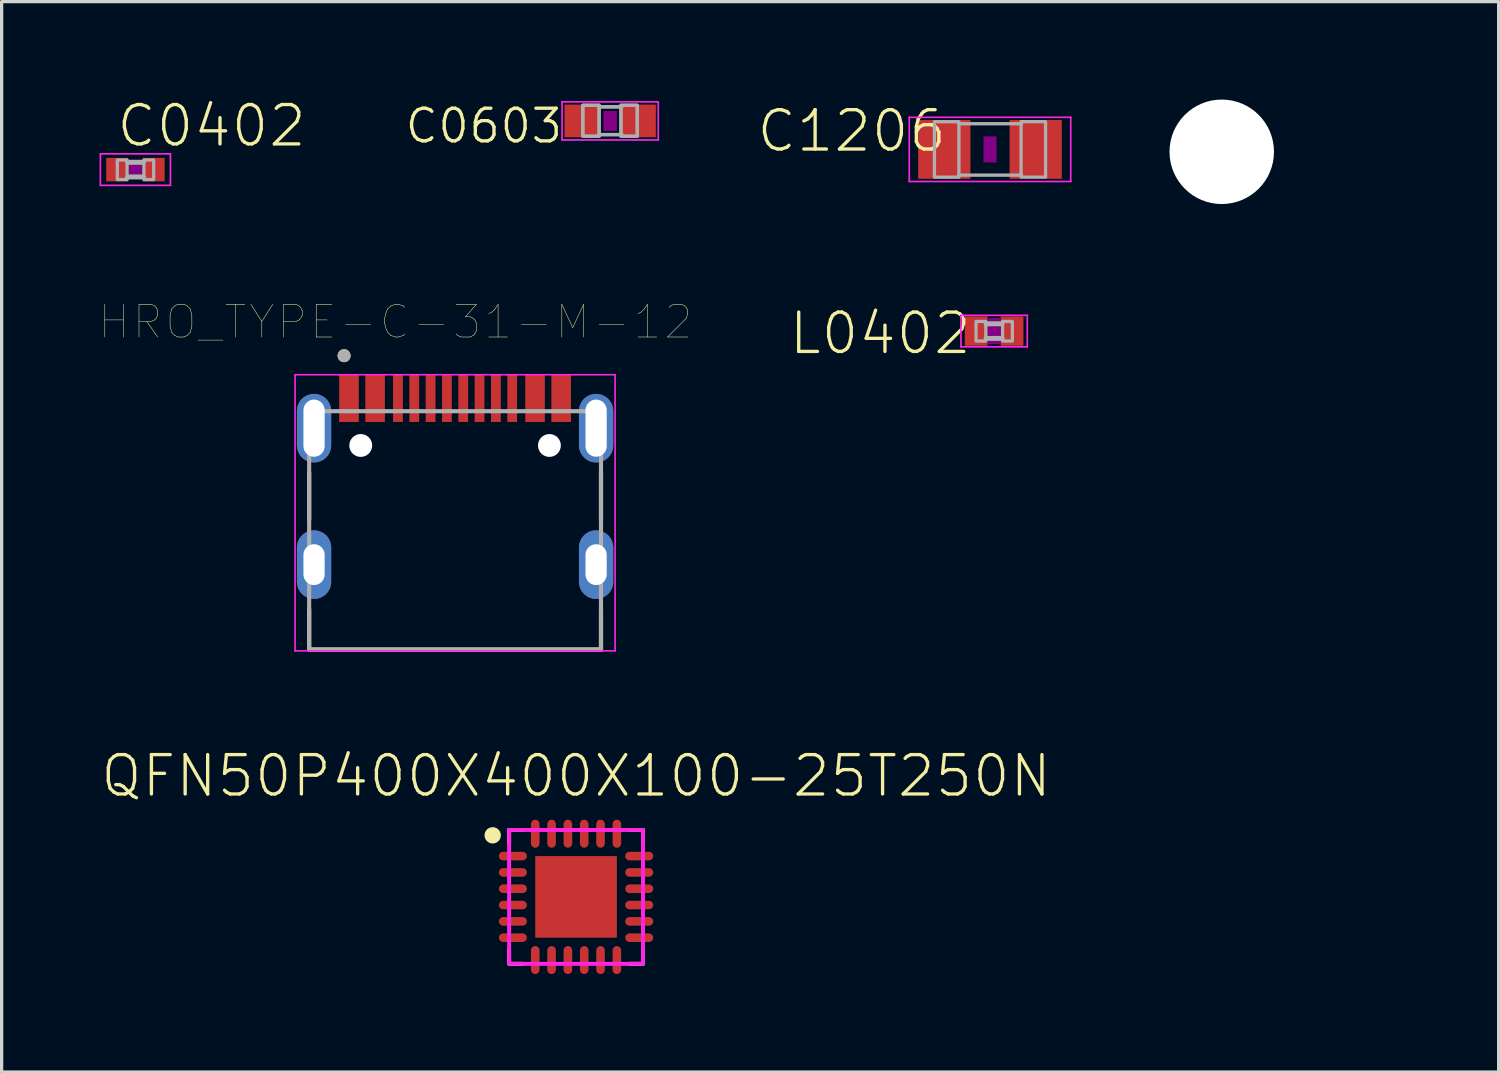
<source format=kicad_pcb>
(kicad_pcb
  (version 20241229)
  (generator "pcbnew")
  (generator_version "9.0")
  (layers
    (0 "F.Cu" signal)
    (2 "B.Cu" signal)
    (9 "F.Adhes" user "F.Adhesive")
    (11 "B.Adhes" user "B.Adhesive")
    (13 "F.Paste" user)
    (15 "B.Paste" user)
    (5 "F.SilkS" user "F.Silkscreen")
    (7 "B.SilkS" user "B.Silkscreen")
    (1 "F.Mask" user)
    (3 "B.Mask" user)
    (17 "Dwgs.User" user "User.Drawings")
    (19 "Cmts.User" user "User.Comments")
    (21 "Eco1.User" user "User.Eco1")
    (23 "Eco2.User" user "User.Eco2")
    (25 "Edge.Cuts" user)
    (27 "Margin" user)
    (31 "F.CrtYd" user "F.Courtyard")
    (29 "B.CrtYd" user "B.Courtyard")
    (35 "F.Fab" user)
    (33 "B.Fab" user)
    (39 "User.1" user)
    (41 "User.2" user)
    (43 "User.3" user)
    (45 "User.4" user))
  (footprint "C0603"
    (layer "F.Cu")
    (at 15.641 0.654)
    (property "Reference" "C0603" (at -1.397 -0.432 0) (layer "F.SilkS") (effects (font (size 1 1) (thickness 0.102)) (justify right top)))
    (attr smd)
    (fp_poly (pts (xy -0.2 0.3) (xy 0.2 0.3) (xy 0.2 -0.3) (xy -0.2 -0.3)) (stroke (width 0) (type solid)) (fill yes) (layer "F.Adhes"))
    (fp_poly (pts (xy -0.2 0.3) (xy 0.2 0.3) (xy 0.2 -0.3) (xy -0.2 -0.3)) (stroke (width 0) (type solid)) (fill yes) (layer "F.Adhes"))
    (fp_line (start -1.473 0.584) (end -1.473 -0.584) (stroke (width 0.051) (type solid)) (layer "F.CrtYd"))
    (fp_line (start -1.473 -0.584) (end 1.473 -0.584) (stroke (width 0.051) (type solid)) (layer "F.CrtYd"))
    (fp_line (start 1.473 0.584) (end -1.473 0.584) (stroke (width 0.051) (type solid)) (layer "F.CrtYd"))
    (fp_line (start 1.473 -0.584) (end 1.473 0.584) (stroke (width 0.051) (type solid)) (layer "F.CrtYd"))
    (fp_line (start -0.356 -0.432) (end 0.356 -0.432) (stroke (width 0.102) (type solid)) (layer "F.Fab"))
    (fp_line (start -0.356 -0.432) (end 0.356 -0.432) (stroke (width 0.102) (type solid)) (layer "F.Fab"))
    (fp_line (start -0.356 0.419) (end 0.356 0.419) (stroke (width 0.102) (type solid)) (layer "F.Fab"))
    (fp_line (start -0.356 0.419) (end 0.356 0.419) (stroke (width 0.102) (type solid)) (layer "F.Fab"))
    (fp_poly (pts (xy -0.838 0.47) (xy -0.338 0.47) (xy -0.338 -0.48) (xy -0.838 -0.48)) (stroke (width 0.1) (type solid)) (fill no) (layer "F.Fab"))
    (fp_poly (pts (xy -0.838 0.47) (xy -0.338 0.47) (xy -0.338 -0.48) (xy -0.838 -0.48)) (stroke (width 0.1) (type solid)) (fill no) (layer "F.Fab"))
    (fp_poly (pts (xy 0.33 0.47) (xy 0.83 0.47) (xy 0.83 -0.48) (xy 0.33 -0.48)) (stroke (width 0.1) (type solid)) (fill no) (layer "F.Fab"))
    (fp_poly (pts (xy 0.33 0.47) (xy 0.83 0.47) (xy 0.83 -0.48) (xy 0.33 -0.48)) (stroke (width 0.1) (type solid)) (fill no) (layer "F.Fab"))
    (pad "1" smd rect (at -0.85 0) (size 1.1 1) (layers "F.Cu" "F.Mask" "F.Paste"))
    (pad "2" smd rect (at 0.85 0) (size 1.1 1) (layers "F.Cu" "F.Mask" "F.Paste")))
  (footprint "QFN50P400X400X100-25T250N"
    (layer "F.Cu")
    (at 14.596 24.424)
    (property "Reference" "QFN50P400X400X100-25T250N" (at 0 -3 0) (layer "F.SilkS") (effects (font (size 1.206 1.206) (thickness 0.102)) (justify bottom)))
    (attr through_hole)
    (fp_line (start -2.05 -2.05) (end -1.636 -2.05) (stroke (width 0.12) (type solid)) (layer "F.SilkS"))
    (fp_line (start -2.05 -1.636) (end -2.05 -2.05) (stroke (width 0.12) (type solid)) (layer "F.SilkS"))
    (fp_line (start -2.05 1.636) (end -2.05 2.05) (stroke (width 0.12) (type solid)) (layer "F.SilkS"))
    (fp_line (start -2.05 2.05) (end -1.636 2.05) (stroke (width 0.12) (type solid)) (layer "F.SilkS"))
    (fp_line (start 2.05 -2.05) (end 1.636 -2.05) (stroke (width 0.12) (type solid)) (layer "F.SilkS"))
    (fp_line (start 2.05 -1.636) (end 2.05 -2.05) (stroke (width 0.12) (type solid)) (layer "F.SilkS"))
    (fp_line (start 2.05 1.636) (end 2.05 2.05) (stroke (width 0.12) (type solid)) (layer "F.SilkS"))
    (fp_line (start 2.05 2.05) (end 1.636 2.05) (stroke (width 0.12) (type solid)) (layer "F.SilkS"))
    (fp_circle (center -2.554 -1.886) (end -2.429 -1.886) (stroke (width 0.25) (type solid)) (fill no) (layer "F.SilkS"))
    (fp_line (start -2.05 -2.05) (end 2.05 -2.05) (stroke (width 0.12) (type solid)) (layer "F.CrtYd"))
    (fp_line (start -2.05 2.05) (end -2.05 -2.05) (stroke (width 0.12) (type solid)) (layer "F.CrtYd"))
    (fp_line (start 2.05 -2.05) (end 2.05 2.05) (stroke (width 0.12) (type solid)) (layer "F.CrtYd"))
    (fp_line (start 2.05 2.05) (end -2.05 2.05) (stroke (width 0.12) (type solid)) (layer "F.CrtYd"))
    (pad "1" smd roundrect (at -1.935 -1.25) (size 0.86 0.264) (layers "F.Cu" "F.Mask" "F.Paste") (roundrect_rratio 0.5))
    (pad "2" smd roundrect (at -1.935 -0.75) (size 0.86 0.264) (layers "F.Cu" "F.Mask" "F.Paste") (roundrect_rratio 0.5))
    (pad "3" smd roundrect (at -1.935 -0.25) (size 0.86 0.264) (layers "F.Cu" "F.Mask" "F.Paste") (roundrect_rratio 0.5))
    (pad "4" smd roundrect (at -1.935 0.25) (size 0.86 0.264) (layers "F.Cu" "F.Mask" "F.Paste") (roundrect_rratio 0.5))
    (pad "5" smd roundrect (at -1.935 0.75) (size 0.86 0.264) (layers "F.Cu" "F.Mask" "F.Paste") (roundrect_rratio 0.5))
    (pad "6" smd roundrect (at -1.935 1.25) (size 0.86 0.264) (layers "F.Cu" "F.Mask" "F.Paste") (roundrect_rratio 0.5))
    (pad "7" smd roundrect (at -1.25 1.935 90) (size 0.86 0.264) (layers "F.Cu" "F.Mask" "F.Paste") (roundrect_rratio 0.5))
    (pad "8" smd roundrect (at -0.75 1.935 90) (size 0.86 0.264) (layers "F.Cu" "F.Mask" "F.Paste") (roundrect_rratio 0.5))
    (pad "9" smd roundrect (at -0.25 1.935 90) (size 0.86 0.264) (layers "F.Cu" "F.Mask" "F.Paste") (roundrect_rratio 0.5))
    (pad "10" smd roundrect (at 0.25 1.935 90) (size 0.86 0.264) (layers "F.Cu" "F.Mask" "F.Paste") (roundrect_rratio 0.5))
    (pad "11" smd roundrect (at 0.75 1.935 90) (size 0.86 0.264) (layers "F.Cu" "F.Mask" "F.Paste") (roundrect_rratio 0.5))
    (pad "12" smd roundrect (at 1.25 1.935 90) (size 0.86 0.264) (layers "F.Cu" "F.Mask" "F.Paste") (roundrect_rratio 0.5))
    (pad "13" smd roundrect (at 1.935 1.25) (size 0.86 0.264) (layers "F.Cu" "F.Mask" "F.Paste") (roundrect_rratio 0.5))
    (pad "14" smd roundrect (at 1.935 0.75) (size 0.86 0.264) (layers "F.Cu" "F.Mask" "F.Paste") (roundrect_rratio 0.5))
    (pad "15" smd roundrect (at 1.935 0.25) (size 0.86 0.264) (layers "F.Cu" "F.Mask" "F.Paste") (roundrect_rratio 0.5))
    (pad "16" smd roundrect (at 1.935 -0.25) (size 0.86 0.264) (layers "F.Cu" "F.Mask" "F.Paste") (roundrect_rratio 0.5))
    (pad "17" smd roundrect (at 1.935 -0.75) (size 0.86 0.264) (layers "F.Cu" "F.Mask" "F.Paste") (roundrect_rratio 0.5))
    (pad "18" smd roundrect (at 1.935 -1.25) (size 0.86 0.264) (layers "F.Cu" "F.Mask" "F.Paste") (roundrect_rratio 0.5))
    (pad "19" smd roundrect (at 1.25 -1.935 90) (size 0.86 0.264) (layers "F.Cu" "F.Mask" "F.Paste") (roundrect_rratio 0.5))
    (pad "20" smd roundrect (at 0.75 -1.935 90) (size 0.86 0.264) (layers "F.Cu" "F.Mask" "F.Paste") (roundrect_rratio 0.5))
    (pad "21" smd roundrect (at 0.25 -1.935 90) (size 0.86 0.264) (layers "F.Cu" "F.Mask" "F.Paste") (roundrect_rratio 0.5))
    (pad "22" smd roundrect (at -0.25 -1.935 90) (size 0.86 0.264) (layers "F.Cu" "F.Mask" "F.Paste") (roundrect_rratio 0.5))
    (pad "23" smd roundrect (at -0.75 -1.935 90) (size 0.86 0.264) (layers "F.Cu" "F.Mask" "F.Paste") (roundrect_rratio 0.5))
    (pad "24" smd roundrect (at -1.25 -1.935 90) (size 0.86 0.264) (layers "F.Cu" "F.Mask" "F.Paste") (roundrect_rratio 0.5))
    (pad "25" smd rect (at 0 0) (size 2.5 2.5) (layers "F.Cu" "F.Mask" "F.Paste")))
  (footprint "C1206"
    (layer "F.Cu")
    (at 27.276 1.527)
    (property "Reference" "C1206" (at -1.27 -1.27 0) (layer "F.SilkS") (effects (font (size 1.206 1.206) (thickness 0.102)) (justify right top)))
    (attr smd)
    (fp_poly (pts (xy -0.2 0.4) (xy 0.2 0.4) (xy 0.2 -0.4) (xy -0.2 -0.4)) (stroke (width 0) (type solid)) (fill yes) (layer "F.Adhes"))
    (fp_line (start -2.473 -0.983) (end 2.473 -0.983) (stroke (width 0.051) (type solid)) (layer "F.CrtYd"))
    (fp_line (start -2.473 0.983) (end -2.473 -0.983) (stroke (width 0.051) (type solid)) (layer "F.CrtYd"))
    (fp_line (start 2.473 -0.983) (end 2.473 0.983) (stroke (width 0.051) (type solid)) (layer "F.CrtYd"))
    (fp_line (start 2.473 0.983) (end -2.473 0.983) (stroke (width 0.051) (type solid)) (layer "F.CrtYd"))
    (fp_line (start -0.965 -0.787) (end 0.965 -0.787) (stroke (width 0.102) (type solid)) (layer "F.Fab"))
    (fp_line (start -0.965 0.787) (end 0.965 0.787) (stroke (width 0.102) (type solid)) (layer "F.Fab"))
    (fp_poly (pts (xy -1.702 0.851) (xy -0.952 0.851) (xy -0.952 -0.849) (xy -1.702 -0.849)) (stroke (width 0.1) (type solid)) (fill no) (layer "F.Fab"))
    (fp_poly (pts (xy 0.952 0.849) (xy 1.702 0.849) (xy 1.702 -0.851) (xy 0.952 -0.851)) (stroke (width 0.1) (type solid)) (fill no) (layer "F.Fab"))
    (pad "1" smd rect (at -1.4 0) (size 1.6 1.8) (layers "F.Cu" "F.Mask" "F.Paste"))
    (pad "2" smd rect (at 1.4 0) (size 1.6 1.8) (layers "F.Cu" "F.Mask" "F.Paste")))
  (footprint "C0402"
    (layer "F.Cu")
    (at 1.098 2.146)
    (property "Reference" "C0402" (at -0.635 -0.635 0) (layer "F.SilkS") (effects (font (size 1.206 1.206) (thickness 0.102)) (justify left bottom)))
    (attr smd)
    (fp_poly (pts (xy -0.2 0.3) (xy 0.2 0.3) (xy 0.2 -0.3) (xy -0.2 -0.3)) (stroke (width 0) (type solid)) (fill yes) (layer "F.Adhes"))
    (fp_line (start -1.073 -0.483) (end 1.073 -0.483) (stroke (width 0.051) (type solid)) (layer "F.CrtYd"))
    (fp_line (start -1.073 0.483) (end -1.073 -0.483) (stroke (width 0.051) (type solid)) (layer "F.CrtYd"))
    (fp_line (start 1.073 -0.483) (end 1.073 0.483) (stroke (width 0.051) (type solid)) (layer "F.CrtYd"))
    (fp_line (start 1.073 0.483) (end -1.073 0.483) (stroke (width 0.051) (type solid)) (layer "F.CrtYd"))
    (fp_line (start -0.245 -0.224) (end 0.245 -0.224) (stroke (width 0.152) (type solid)) (layer "F.Fab"))
    (fp_line (start 0.245 0.224) (end -0.245 0.224) (stroke (width 0.152) (type solid)) (layer "F.Fab"))
    (fp_poly (pts (xy -0.554 0.305) (xy -0.254 0.305) (xy -0.254 -0.295) (xy -0.554 -0.295)) (stroke (width 0.1) (type solid)) (fill no) (layer "F.Fab"))
    (fp_poly (pts (xy 0.259 0.305) (xy 0.559 0.305) (xy 0.559 -0.295) (xy 0.259 -0.295)) (stroke (width 0.1) (type solid)) (fill no) (layer "F.Fab"))
    (pad "1" smd rect (at -0.56 0) (size 0.67 0.72) (layers "F.Cu" "F.Mask" "F.Paste"))
    (pad "2" smd rect (at 0.56 0) (size 0.67 0.72) (layers "F.Cu" "F.Mask" "F.Paste")))
  (footprint "L0402"
    (layer "F.Cu")
    (at 27.402 7.092)
    (property "Reference" "L0402" (at -0.635 -0.635 0) (layer "F.SilkS") (effects (font (size 1.206 1.206) (thickness 0.102)) (justify right top)))
    (attr through_hole)
    (fp_poly (pts (xy -0.2 0.4) (xy 0.2 0.4) (xy 0.2 -0.4) (xy -0.2 -0.4)) (stroke (width 0) (type solid)) (fill yes) (layer "F.Adhes"))
    (fp_line (start -1.016 -0.483) (end 1.016 -0.483) (stroke (width 0.051) (type solid)) (layer "F.CrtYd"))
    (fp_line (start -1.016 0.483) (end -1.016 -0.483) (stroke (width 0.051) (type solid)) (layer "F.CrtYd"))
    (fp_line (start 1.016 -0.483) (end 1.016 0.483) (stroke (width 0.051) (type solid)) (layer "F.CrtYd"))
    (fp_line (start 1.016 0.483) (end -1.016 0.483) (stroke (width 0.051) (type solid)) (layer "F.CrtYd"))
    (fp_line (start -0.245 -0.224) (end 0.245 -0.224) (stroke (width 0.152) (type solid)) (layer "F.Fab"))
    (fp_line (start 0.245 0.224) (end -0.245 0.224) (stroke (width 0.152) (type solid)) (layer "F.Fab"))
    (fp_poly (pts (xy -0.554 0.305) (xy -0.254 0.305) (xy -0.254 -0.295) (xy -0.554 -0.295)) (stroke (width 0.1) (type solid)) (fill no) (layer "F.Fab"))
    (fp_poly (pts (xy 0.259 0.305) (xy 0.559 0.305) (xy 0.559 -0.295) (xy 0.259 -0.295)) (stroke (width 0.1) (type solid)) (fill no) (layer "F.Fab"))
    (pad "1" smd rect (at -0.548 0) (size 0.7 0.9) (layers "F.Cu" "F.Mask" "F.Paste"))
    (pad "2" smd rect (at 0.548 0) (size 0.7 0.9) (layers "F.Cu" "F.Mask" "F.Paste")))
  (footprint "HRO_TYPE-C-31-M-12"
    (layer "F.Cu")
    (at 10.89 14.246)
    (property "Reference" "HRO_TYPE-C-31-M-12" (at -1.825 -7.435 0) (layer "F.SilkS") (effects (font (size 1 1) (thickness 0.015))))
    (attr through_hole)
    (fp_line (start -4.47 -2.81) (end -4.47 -1.37) (stroke (width 0.127) (type solid)) (layer "F.SilkS"))
    (fp_line (start -4.47 2.6) (end -4.47 1.37) (stroke (width 0.127) (type solid)) (layer "F.SilkS"))
    (fp_line (start 4.47 -2.81) (end 4.47 -1.37) (stroke (width 0.127) (type solid)) (layer "F.SilkS"))
    (fp_line (start 4.47 1.37) (end 4.47 2.6) (stroke (width 0.127) (type solid)) (layer "F.SilkS"))
    (fp_line (start 4.47 2.6) (end -4.47 2.6) (stroke (width 0.127) (type solid)) (layer "F.SilkS"))
    (fp_circle (center -3.4 -6.4) (end -3.3 -6.4) (stroke (width 0.2) (type solid)) (fill no) (layer "F.SilkS"))
    (fp_line (start -4.902 -5.817) (end -4.902 2.642) (stroke (width 0.05) (type solid)) (layer "F.CrtYd"))
    (fp_line (start -4.902 2.642) (end 4.902 2.642) (stroke (width 0.05) (type solid)) (layer "F.CrtYd"))
    (fp_line (start 4.902 -5.817) (end -4.902 -5.817) (stroke (width 0.05) (type solid)) (layer "F.CrtYd"))
    (fp_line (start 4.902 2.642) (end 4.902 -5.817) (stroke (width 0.05) (type solid)) (layer "F.CrtYd"))
    (fp_line (start -4.47 -4.7) (end -4.47 2.6) (stroke (width 0.127) (type solid)) (layer "F.Fab"))
    (fp_line (start -4.47 2.6) (end 4.47 2.6) (stroke (width 0.127) (type solid)) (layer "F.Fab"))
    (fp_line (start 4.47 -4.7) (end -4.47 -4.7) (stroke (width 0.127) (type solid)) (layer "F.Fab"))
    (fp_line (start 4.47 2.6) (end 4.47 -4.7) (stroke (width 0.127) (type solid)) (layer "F.Fab"))
    (fp_circle (center -3.4 -6.4) (end -3.3 -6.4) (stroke (width 0.2) (type solid)) (fill no) (layer "F.Fab"))
    (pad "" np_thru_hole circle (at -2.89 -3.65) (size 0.7 0.7) (drill 0.7) (layers "*.Cu" "*.Mask"))
    (pad "" np_thru_hole circle (at 2.89 -3.65) (size 0.7 0.7) (drill 0.7) (layers "*.Cu" "*.Mask"))
    (pad "A1B12" smd rect (at -3.25 -5.095) (size 0.6 1.45) (layers "F.Cu" "F.Mask" "F.Paste"))
    (pad "A4B9" smd rect (at -2.45 -5.095) (size 0.6 1.45) (layers "F.Cu" "F.Mask" "F.Paste"))
    (pad "A5" smd rect (at -1.25 -5.095) (size 0.3 1.45) (layers "F.Cu" "F.Mask" "F.Paste"))
    (pad "A6" smd rect (at -0.25 -5.095) (size 0.3 1.45) (layers "F.Cu" "F.Mask" "F.Paste"))
    (pad "A7" smd rect (at 0.25 -5.095) (size 0.3 1.45) (layers "F.Cu" "F.Mask" "F.Paste"))
    (pad "A8" smd rect (at 1.25 -5.095) (size 0.3 1.45) (layers "F.Cu" "F.Mask" "F.Paste"))
    (pad "B1A12" smd rect (at 3.25 -5.095) (size 0.6 1.45) (layers "F.Cu" "F.Mask" "F.Paste"))
    (pad "B4A9" smd rect (at 2.45 -5.095) (size 0.6 1.45) (layers "F.Cu" "F.Mask" "F.Paste"))
    (pad "B5" smd rect (at 1.75 -5.095) (size 0.3 1.45) (layers "F.Cu" "F.Mask" "F.Paste"))
    (pad "B6" smd rect (at 0.75 -5.095) (size 0.3 1.45) (layers "F.Cu" "F.Mask" "F.Paste"))
    (pad "B7" smd rect (at -0.75 -5.095) (size 0.3 1.45) (layers "F.Cu" "F.Mask" "F.Paste"))
    (pad "B8" smd rect (at -1.75 -5.095) (size 0.3 1.45) (layers "F.Cu" "F.Mask" "F.Paste"))
    (pad "S1" thru_hole oval (at -4.32 -4.18) (size 1.05 2.1) (drill oval 0.65 1.75) (layers "*.Cu" "*.Mask"))
    (pad "S2" thru_hole oval (at 4.32 -4.18) (size 1.05 2.1) (drill oval 0.65 1.75) (layers "*.Cu" "*.Mask"))
    (pad "S3" thru_hole oval (at -4.32 0) (size 1.05 2.1) (drill oval 0.65 1.25) (layers "*.Cu" "*.Mask"))
    (pad "S4" thru_hole oval (at 4.32 0) (size 1.05 2.1) (drill oval 0.65 1.25) (layers "*.Cu" "*.Mask")))
  (footprint "HOLE"
    (layer "F.Cu")
    (at 34.4 1.575)
    (property "Reference" "HOLE" (at 0.051 0.533 0) (layer "F.SilkS") (effects (font (size 0.5 0.5) (thickness 0.125))))
    (attr through_hole)
    (fp_text user "" (at 5.232 0.94 0) (layer "F.SilkS") (effects (font (size 1.27 1.27) (thickness 0.15))))
    (pad "" np_thru_hole circle (at -0.025 0.025) (size 3.2 3.2) (drill 3.2) (layers "*.Cu" "*.Mask")))
  (gr_rect
    (start -3 -3)
    (end 42.857 29.788)
    (stroke (width 0.1) (type default))
    (fill no)
    (layer "Edge.Cuts")))
</source>
